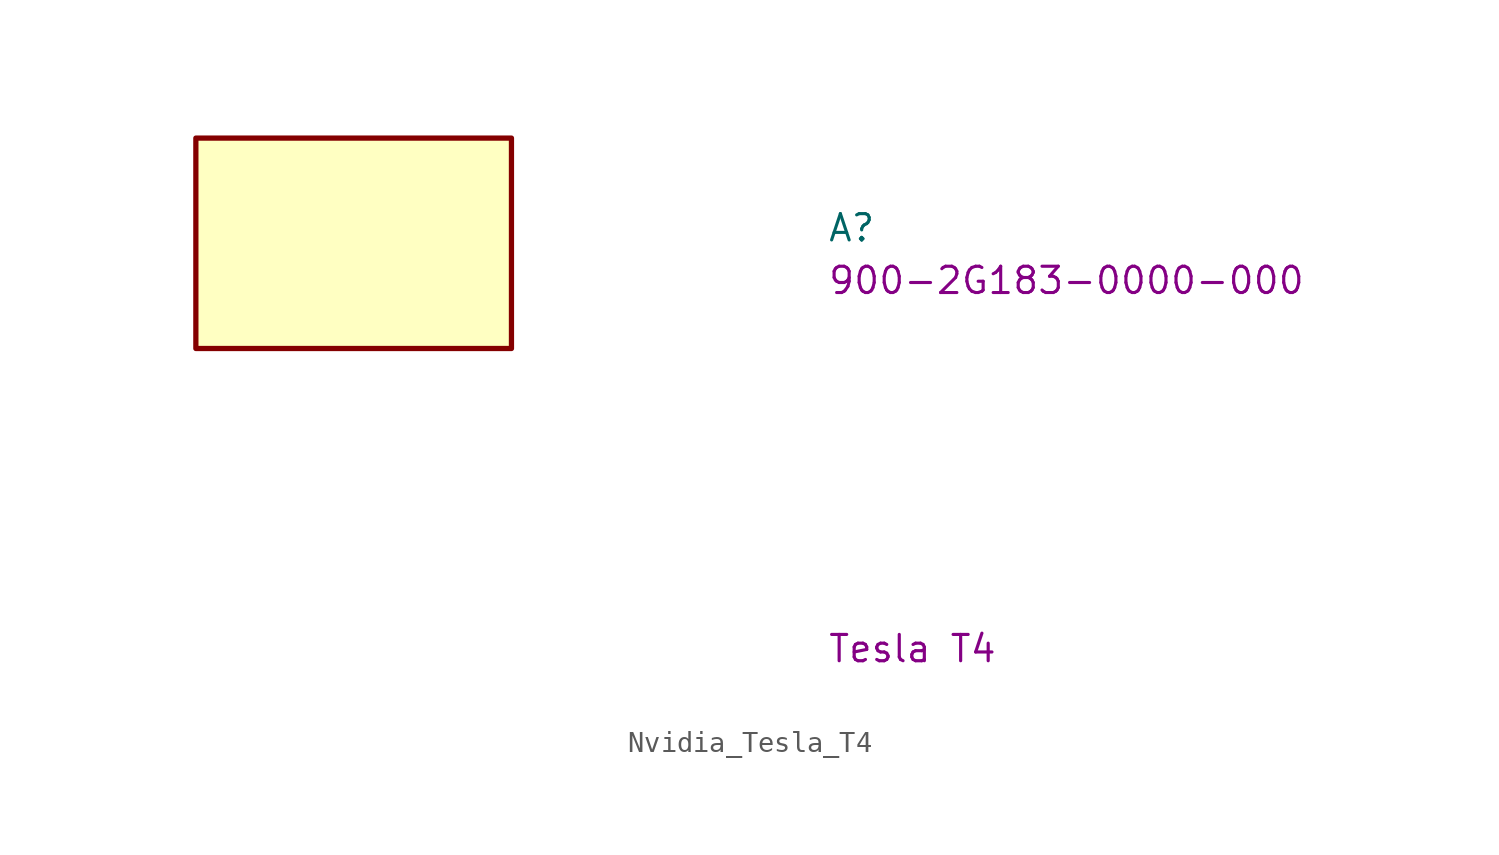
<source format=kicad_sym>
(kicad_symbol_lib
  (version 20220914)
  (generator kicad_symbol_editor)
  (symbol "Nvidia_Tesla_T4"
    (property "Reference" "A"
      (at 22.86 0 0)
      (effects (font (size 1.27 1.27) (thickness 0.15)) (justify left bottom)))
    (property "MPN" "900-2G183-0000-000"
      (at 22.86 -2.54 0)
      (effects (font (size 1.27 1.27) (thickness 0.15)) (justify left bottom)))
    (property "Displayed name" "Tesla T4"
      (at 22.86 -20.32 0)
      (effects (font (size 1.27 1.27)) (justify left bottom)))
    (symbol "Nvidia_Tesla_T4_1_1"
      (rectangle (start -7.62 5.08) (end 7.62 -5.08) (stroke (width 0.254) (type default)) (fill (type background))))))
</source>
